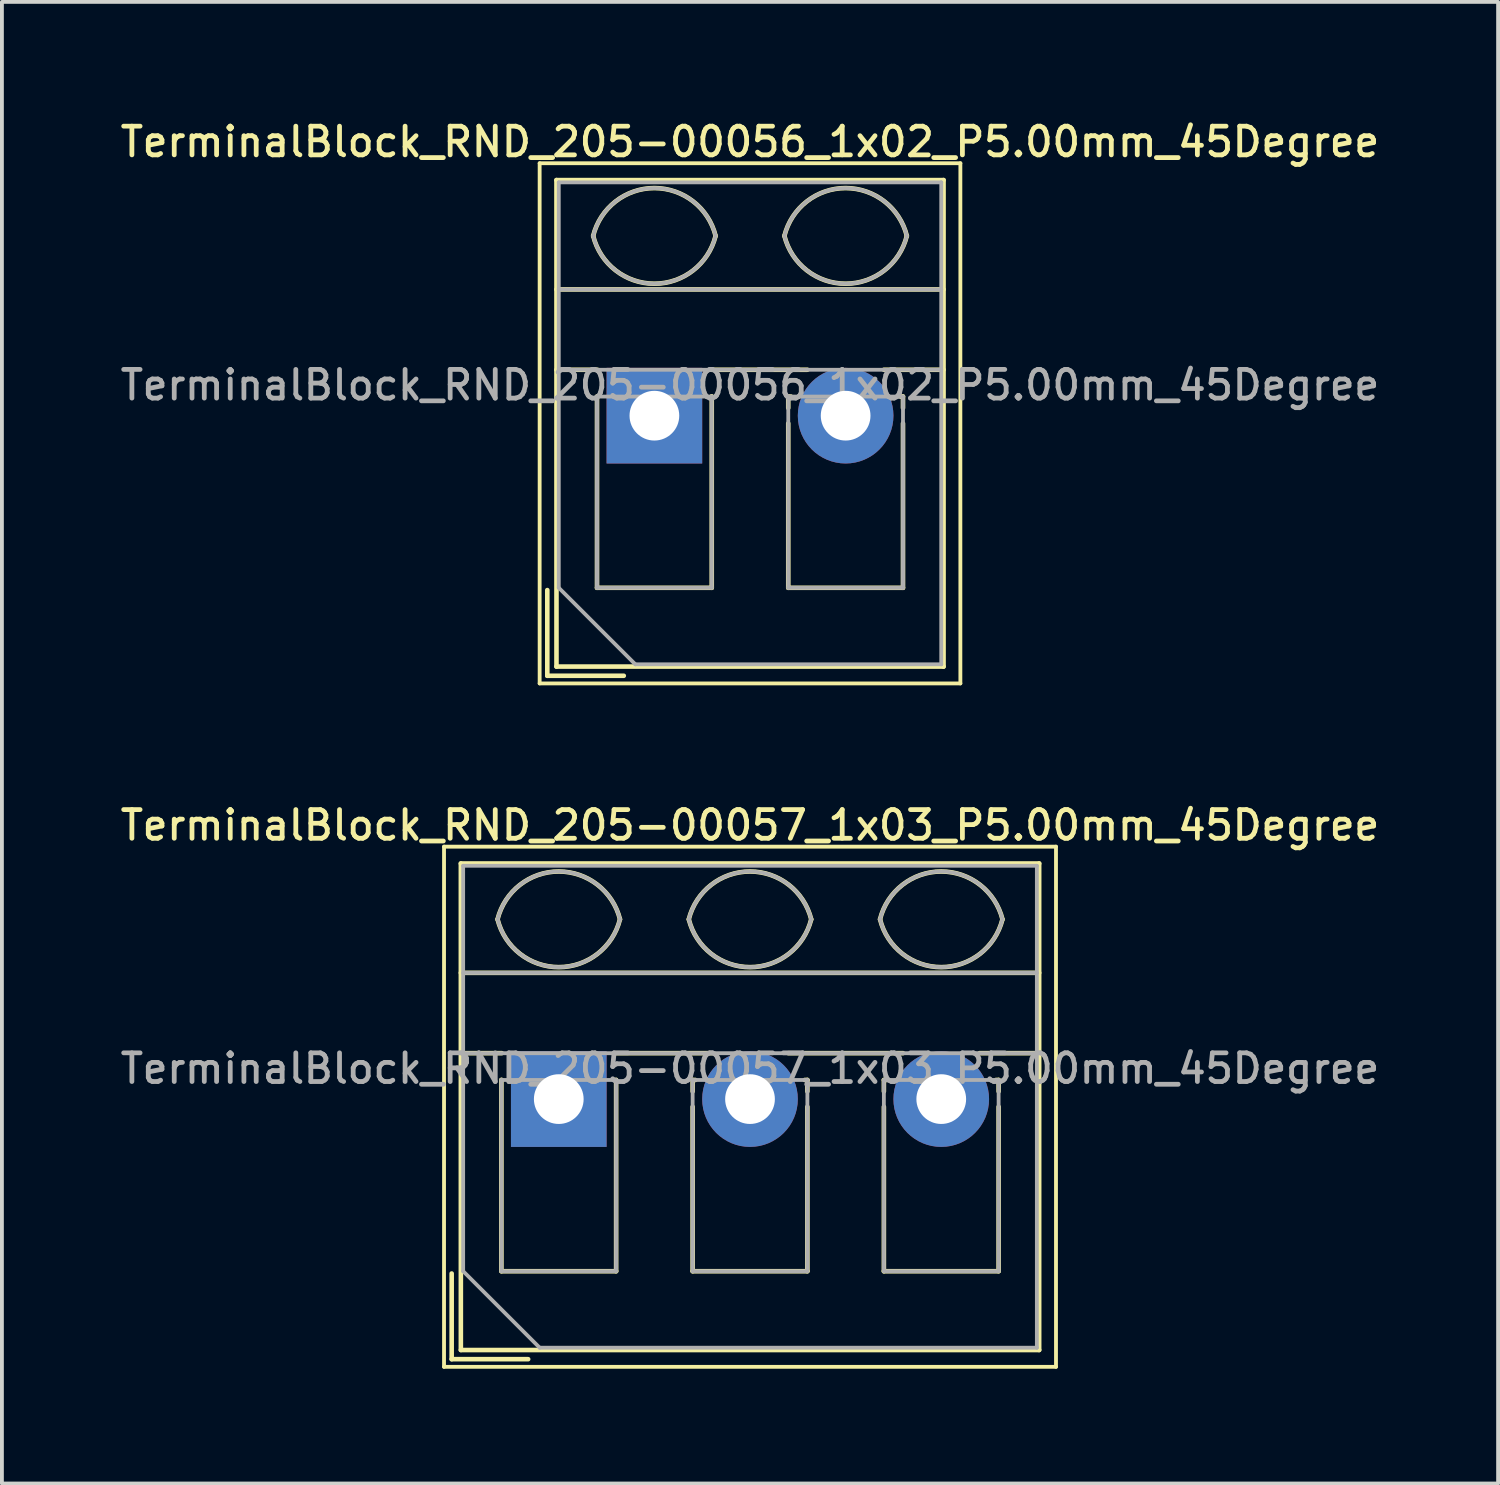
<source format=kicad_pcb>
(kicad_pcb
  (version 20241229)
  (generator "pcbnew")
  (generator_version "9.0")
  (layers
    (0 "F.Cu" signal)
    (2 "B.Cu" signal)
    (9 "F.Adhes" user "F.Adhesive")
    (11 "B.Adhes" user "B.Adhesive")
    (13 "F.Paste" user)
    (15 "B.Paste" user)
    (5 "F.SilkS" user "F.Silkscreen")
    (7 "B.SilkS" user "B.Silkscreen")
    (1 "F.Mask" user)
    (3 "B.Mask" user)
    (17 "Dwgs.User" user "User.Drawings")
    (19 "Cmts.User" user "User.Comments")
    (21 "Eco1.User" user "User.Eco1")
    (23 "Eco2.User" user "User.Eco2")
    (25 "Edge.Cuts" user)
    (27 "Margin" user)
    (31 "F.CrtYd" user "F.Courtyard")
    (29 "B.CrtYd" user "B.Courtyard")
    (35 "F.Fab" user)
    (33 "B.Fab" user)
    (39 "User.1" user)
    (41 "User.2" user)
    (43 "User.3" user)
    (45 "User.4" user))
  (footprint "TerminalBlock_RND_205-00056_1x02_P5.00mm_45Degree"
    (layer "F.Cu")
    (at 14.059 7.818)
    (property "Reference" "TerminalBlock_RND_205-00056_1x02_P5.00mm_45Degree" (at 2.5 -7.16 0) (layer "F.SilkS") (effects (font (size 0.75 0.75) (thickness 0.125))))
    (attr through_hole)
    (fp_line (start -3 -6.6) (end -3 7) (stroke (width 0.1) (type solid)) (layer "F.SilkS"))
    (fp_line (start -3 7) (end 8 7) (stroke (width 0.1) (type solid)) (layer "F.SilkS"))
    (fp_line (start -2.8 4.56) (end -2.8 6.8) (stroke (width 0.12) (type solid)) (layer "F.SilkS"))
    (fp_line (start -2.8 6.8) (end -0.8 6.8) (stroke (width 0.12) (type solid)) (layer "F.SilkS"))
    (fp_line (start -2.56 -6.16) (end -2.56 6.56) (stroke (width 0.12) (type solid)) (layer "F.SilkS"))
    (fp_line (start -2.56 -6.16) (end 7.56 -6.16) (stroke (width 0.12) (type solid)) (layer "F.SilkS"))
    (fp_line (start -2.56 -3.301) (end 7.56 -3.301) (stroke (width 0.12) (type solid)) (layer "F.SilkS"))
    (fp_line (start -2.56 -1.201) (end -1.49 -1.201) (stroke (width 0.12) (type solid)) (layer "F.SilkS"))
    (fp_line (start -2.56 6.56) (end 7.56 6.56) (stroke (width 0.12) (type solid)) (layer "F.SilkS"))
    (fp_line (start -1.5 -0.5) (end -1.5 4.5) (stroke (width 0.12) (type solid)) (layer "F.SilkS"))
    (fp_line (start -1.5 -0.5) (end -1.49 -0.5) (stroke (width 0.12) (type solid)) (layer "F.SilkS"))
    (fp_line (start -1.5 4.5) (end 1.5 4.5) (stroke (width 0.12) (type solid)) (layer "F.SilkS"))
    (fp_line (start 1.49 -1.201) (end 4 -1.201) (stroke (width 0.12) (type solid)) (layer "F.SilkS"))
    (fp_line (start 1.49 -0.5) (end 1.5 -0.5) (stroke (width 0.12) (type solid)) (layer "F.SilkS"))
    (fp_line (start 1.5 -0.5) (end 1.5 4.5) (stroke (width 0.12) (type solid)) (layer "F.SilkS"))
    (fp_line (start 3.5 -0.5) (end 3.5 -0.202) (stroke (width 0.12) (type solid)) (layer "F.SilkS"))
    (fp_line (start 3.5 -0.5) (end 3.57 -0.5) (stroke (width 0.12) (type solid)) (layer "F.SilkS"))
    (fp_line (start 3.5 0.202) (end 3.5 4.5) (stroke (width 0.12) (type solid)) (layer "F.SilkS"))
    (fp_line (start 3.5 4.5) (end 6.5 4.5) (stroke (width 0.12) (type solid)) (layer "F.SilkS"))
    (fp_line (start 6.001 -1.201) (end 7.56 -1.201) (stroke (width 0.12) (type solid)) (layer "F.SilkS"))
    (fp_line (start 6.431 -0.5) (end 6.5 -0.5) (stroke (width 0.12) (type solid)) (layer "F.SilkS"))
    (fp_line (start 6.5 -0.5) (end 6.5 -0.202) (stroke (width 0.12) (type solid)) (layer "F.SilkS"))
    (fp_line (start 6.5 0.202) (end 6.5 4.5) (stroke (width 0.12) (type solid)) (layer "F.SilkS"))
    (fp_line (start 7.56 -6.16) (end 7.56 6.56) (stroke (width 0.12) (type solid)) (layer "F.SilkS"))
    (fp_line (start 8 -6.6) (end -3 -6.6) (stroke (width 0.1) (type solid)) (layer "F.SilkS"))
    (fp_line (start 8 7) (end 8 -6.6) (stroke (width 0.1) (type solid)) (layer "F.SilkS"))
    (fp_arc (start -1.600914 -4.700344) (mid 0.000177 -5.95097) (end 1.601 -4.7) (stroke (width 0.12) (type solid)) (layer "F.SilkS"))
    (fp_arc (start 1.6 -4.7) (mid -0.000064 -3.45) (end -1.600031 -4.700125) (stroke (width 0.12) (type solid)) (layer "F.SilkS"))
    (fp_arc (start 3.399086 -4.700344) (mid 5.000177 -5.95097) (end 6.601 -4.7) (stroke (width 0.12) (type solid)) (layer "F.SilkS"))
    (fp_arc (start 6.6 -4.7) (mid 4.999936 -3.45) (end 3.399969 -4.700125) (stroke (width 0.12) (type solid)) (layer "F.SilkS"))
    (fp_line (start -2.5 -6.1) (end 7.5 -6.1) (stroke (width 0.1) (type solid)) (layer "F.Fab"))
    (fp_line (start -2.5 -3.3) (end 7.5 -3.3) (stroke (width 0.1) (type solid)) (layer "F.Fab"))
    (fp_line (start -2.5 -1.2) (end 7.5 -1.2) (stroke (width 0.1) (type solid)) (layer "F.Fab"))
    (fp_line (start -2.5 4.5) (end -2.5 -6.1) (stroke (width 0.1) (type solid)) (layer "F.Fab"))
    (fp_line (start -1.5 -0.5) (end -1.5 4.5) (stroke (width 0.1) (type solid)) (layer "F.Fab"))
    (fp_line (start -1.5 4.5) (end 1.5 4.5) (stroke (width 0.1) (type solid)) (layer "F.Fab"))
    (fp_line (start -0.5 6.5) (end -2.5 4.5) (stroke (width 0.1) (type solid)) (layer "F.Fab"))
    (fp_line (start 1.5 -0.5) (end -1.5 -0.5) (stroke (width 0.1) (type solid)) (layer "F.Fab"))
    (fp_line (start 1.5 4.5) (end 1.5 -0.5) (stroke (width 0.1) (type solid)) (layer "F.Fab"))
    (fp_line (start 3.5 -0.5) (end 3.5 4.5) (stroke (width 0.1) (type solid)) (layer "F.Fab"))
    (fp_line (start 3.5 4.5) (end 6.5 4.5) (stroke (width 0.1) (type solid)) (layer "F.Fab"))
    (fp_line (start 6.5 -0.5) (end 3.5 -0.5) (stroke (width 0.1) (type solid)) (layer "F.Fab"))
    (fp_line (start 6.5 4.5) (end 6.5 -0.5) (stroke (width 0.1) (type solid)) (layer "F.Fab"))
    (fp_line (start 7.5 -6.1) (end 7.5 6.5) (stroke (width 0.1) (type solid)) (layer "F.Fab"))
    (fp_line (start 7.5 6.5) (end -0.5 6.5) (stroke (width 0.1) (type solid)) (layer "F.Fab"))
    (fp_arc (start -1.600914 -4.700344) (mid 0.000177 -5.95097) (end 1.601 -4.7) (stroke (width 0.1) (type solid)) (layer "F.Fab"))
    (fp_arc (start 1.6 -4.7) (mid -0.000064 -3.45) (end -1.600031 -4.700125) (stroke (width 0.1) (type solid)) (layer "F.Fab"))
    (fp_arc (start 3.399086 -4.700344) (mid 5.000177 -5.95097) (end 6.601 -4.7) (stroke (width 0.1) (type solid)) (layer "F.Fab"))
    (fp_arc (start 6.6 -4.7) (mid 4.999936 -3.45) (end 3.399969 -4.700125) (stroke (width 0.1) (type solid)) (layer "F.Fab"))
    (fp_text user "${REFERENCE}" (at 2.5 -0.8 0) (layer "F.Fab") (effects (font (size 0.75 0.75) (thickness 0.125))))
    (pad "1" thru_hole rect (at 0 0) (size 2.5 2.5) (drill 1.3) (layers "*.Cu" "*.Mask"))
    (pad "2" thru_hole circle (at 5 0) (size 2.5 2.5) (drill 1.3) (layers "*.Cu" "*.Mask")))
  (footprint "TerminalBlock_RND_205-00057_1x03_P5.00mm_45Degree"
    (layer "F.Cu")
    (at 11.559 25.686)
    (property "Reference" "TerminalBlock_RND_205-00057_1x03_P5.00mm_45Degree" (at 5 -7.16 0) (layer "F.SilkS") (effects (font (size 0.75 0.75) (thickness 0.125))))
    (attr through_hole)
    (fp_line (start -3 -6.6) (end -3 7) (stroke (width 0.1) (type solid)) (layer "F.SilkS"))
    (fp_line (start -3 7) (end 13 7) (stroke (width 0.1) (type solid)) (layer "F.SilkS"))
    (fp_line (start -2.8 4.56) (end -2.8 6.8) (stroke (width 0.12) (type solid)) (layer "F.SilkS"))
    (fp_line (start -2.8 6.8) (end -0.8 6.8) (stroke (width 0.12) (type solid)) (layer "F.SilkS"))
    (fp_line (start -2.56 -6.16) (end -2.56 6.56) (stroke (width 0.12) (type solid)) (layer "F.SilkS"))
    (fp_line (start -2.56 -6.16) (end 12.56 -6.16) (stroke (width 0.12) (type solid)) (layer "F.SilkS"))
    (fp_line (start -2.56 -3.301) (end 12.56 -3.301) (stroke (width 0.12) (type solid)) (layer "F.SilkS"))
    (fp_line (start -2.56 -1.201) (end -1.49 -1.201) (stroke (width 0.12) (type solid)) (layer "F.SilkS"))
    (fp_line (start -2.56 6.56) (end 12.56 6.56) (stroke (width 0.12) (type solid)) (layer "F.SilkS"))
    (fp_line (start -1.5 -0.5) (end -1.5 4.5) (stroke (width 0.12) (type solid)) (layer "F.SilkS"))
    (fp_line (start -1.5 -0.5) (end -1.49 -0.5) (stroke (width 0.12) (type solid)) (layer "F.SilkS"))
    (fp_line (start -1.5 4.5) (end 1.5 4.5) (stroke (width 0.12) (type solid)) (layer "F.SilkS"))
    (fp_line (start 1.49 -1.201) (end 4 -1.201) (stroke (width 0.12) (type solid)) (layer "F.SilkS"))
    (fp_line (start 1.49 -0.5) (end 1.5 -0.5) (stroke (width 0.12) (type solid)) (layer "F.SilkS"))
    (fp_line (start 1.5 -0.5) (end 1.5 4.5) (stroke (width 0.12) (type solid)) (layer "F.SilkS"))
    (fp_line (start 3.5 -0.5) (end 3.5 -0.202) (stroke (width 0.12) (type solid)) (layer "F.SilkS"))
    (fp_line (start 3.5 -0.5) (end 3.57 -0.5) (stroke (width 0.12) (type solid)) (layer "F.SilkS"))
    (fp_line (start 3.5 0.202) (end 3.5 4.5) (stroke (width 0.12) (type solid)) (layer "F.SilkS"))
    (fp_line (start 3.5 4.5) (end 6.5 4.5) (stroke (width 0.12) (type solid)) (layer "F.SilkS"))
    (fp_line (start 6.001 -1.201) (end 9 -1.201) (stroke (width 0.12) (type solid)) (layer "F.SilkS"))
    (fp_line (start 6.431 -0.5) (end 6.5 -0.5) (stroke (width 0.12) (type solid)) (layer "F.SilkS"))
    (fp_line (start 6.5 -0.5) (end 6.5 -0.202) (stroke (width 0.12) (type solid)) (layer "F.SilkS"))
    (fp_line (start 6.5 0.202) (end 6.5 4.5) (stroke (width 0.12) (type solid)) (layer "F.SilkS"))
    (fp_line (start 8.5 -0.5) (end 8.5 -0.202) (stroke (width 0.12) (type solid)) (layer "F.SilkS"))
    (fp_line (start 8.5 -0.5) (end 8.57 -0.5) (stroke (width 0.12) (type solid)) (layer "F.SilkS"))
    (fp_line (start 8.5 0.202) (end 8.5 4.5) (stroke (width 0.12) (type solid)) (layer "F.SilkS"))
    (fp_line (start 8.5 4.5) (end 11.5 4.5) (stroke (width 0.12) (type solid)) (layer "F.SilkS"))
    (fp_line (start 11.001 -1.201) (end 12.56 -1.201) (stroke (width 0.12) (type solid)) (layer "F.SilkS"))
    (fp_line (start 11.431 -0.5) (end 11.5 -0.5) (stroke (width 0.12) (type solid)) (layer "F.SilkS"))
    (fp_line (start 11.5 -0.5) (end 11.5 -0.202) (stroke (width 0.12) (type solid)) (layer "F.SilkS"))
    (fp_line (start 11.5 0.202) (end 11.5 4.5) (stroke (width 0.12) (type solid)) (layer "F.SilkS"))
    (fp_line (start 12.56 -6.16) (end 12.56 6.56) (stroke (width 0.12) (type solid)) (layer "F.SilkS"))
    (fp_line (start 13 -6.6) (end -3 -6.6) (stroke (width 0.1) (type solid)) (layer "F.SilkS"))
    (fp_line (start 13 7) (end 13 -6.6) (stroke (width 0.1) (type solid)) (layer "F.SilkS"))
    (fp_arc (start -1.600914 -4.700344) (mid 0.000177 -5.95097) (end 1.601 -4.7) (stroke (width 0.12) (type solid)) (layer "F.SilkS"))
    (fp_arc (start 1.6 -4.7) (mid -0.000064 -3.45) (end -1.600031 -4.700125) (stroke (width 0.12) (type solid)) (layer "F.SilkS"))
    (fp_arc (start 3.399086 -4.700344) (mid 5.000177 -5.95097) (end 6.601 -4.7) (stroke (width 0.12) (type solid)) (layer "F.SilkS"))
    (fp_arc (start 6.6 -4.7) (mid 4.999936 -3.45) (end 3.399969 -4.700125) (stroke (width 0.12) (type solid)) (layer "F.SilkS"))
    (fp_arc (start 8.399086 -4.700344) (mid 10.000177 -5.95097) (end 11.601 -4.7) (stroke (width 0.12) (type solid)) (layer "F.SilkS"))
    (fp_arc (start 11.6 -4.7) (mid 9.999936 -3.45) (end 8.399969 -4.700125) (stroke (width 0.12) (type solid)) (layer "F.SilkS"))
    (fp_line (start -2.5 -6.1) (end 12.5 -6.1) (stroke (width 0.1) (type solid)) (layer "F.Fab"))
    (fp_line (start -2.5 -3.3) (end 12.5 -3.3) (stroke (width 0.1) (type solid)) (layer "F.Fab"))
    (fp_line (start -2.5 -1.2) (end 12.5 -1.2) (stroke (width 0.1) (type solid)) (layer "F.Fab"))
    (fp_line (start -2.5 4.5) (end -2.5 -6.1) (stroke (width 0.1) (type solid)) (layer "F.Fab"))
    (fp_line (start -1.5 -0.5) (end -1.5 4.5) (stroke (width 0.1) (type solid)) (layer "F.Fab"))
    (fp_line (start -1.5 4.5) (end 1.5 4.5) (stroke (width 0.1) (type solid)) (layer "F.Fab"))
    (fp_line (start -0.5 6.5) (end -2.5 4.5) (stroke (width 0.1) (type solid)) (layer "F.Fab"))
    (fp_line (start 1.5 -0.5) (end -1.5 -0.5) (stroke (width 0.1) (type solid)) (layer "F.Fab"))
    (fp_line (start 1.5 4.5) (end 1.5 -0.5) (stroke (width 0.1) (type solid)) (layer "F.Fab"))
    (fp_line (start 3.5 -0.5) (end 3.5 4.5) (stroke (width 0.1) (type solid)) (layer "F.Fab"))
    (fp_line (start 3.5 4.5) (end 6.5 4.5) (stroke (width 0.1) (type solid)) (layer "F.Fab"))
    (fp_line (start 6.5 -0.5) (end 3.5 -0.5) (stroke (width 0.1) (type solid)) (layer "F.Fab"))
    (fp_line (start 6.5 4.5) (end 6.5 -0.5) (stroke (width 0.1) (type solid)) (layer "F.Fab"))
    (fp_line (start 8.5 -0.5) (end 8.5 4.5) (stroke (width 0.1) (type solid)) (layer "F.Fab"))
    (fp_line (start 8.5 4.5) (end 11.5 4.5) (stroke (width 0.1) (type solid)) (layer "F.Fab"))
    (fp_line (start 11.5 -0.5) (end 8.5 -0.5) (stroke (width 0.1) (type solid)) (layer "F.Fab"))
    (fp_line (start 11.5 4.5) (end 11.5 -0.5) (stroke (width 0.1) (type solid)) (layer "F.Fab"))
    (fp_line (start 12.5 -6.1) (end 12.5 6.5) (stroke (width 0.1) (type solid)) (layer "F.Fab"))
    (fp_line (start 12.5 6.5) (end -0.5 6.5) (stroke (width 0.1) (type solid)) (layer "F.Fab"))
    (fp_arc (start -1.600914 -4.700344) (mid 0.000177 -5.95097) (end 1.601 -4.7) (stroke (width 0.1) (type solid)) (layer "F.Fab"))
    (fp_arc (start 1.6 -4.7) (mid -0.000064 -3.45) (end -1.600031 -4.700125) (stroke (width 0.1) (type solid)) (layer "F.Fab"))
    (fp_arc (start 3.399086 -4.700344) (mid 5.000177 -5.95097) (end 6.601 -4.7) (stroke (width 0.1) (type solid)) (layer "F.Fab"))
    (fp_arc (start 6.6 -4.7) (mid 4.999936 -3.45) (end 3.399969 -4.700125) (stroke (width 0.1) (type solid)) (layer "F.Fab"))
    (fp_arc (start 8.399086 -4.700344) (mid 10.000177 -5.95097) (end 11.601 -4.7) (stroke (width 0.1) (type solid)) (layer "F.Fab"))
    (fp_arc (start 11.6 -4.7) (mid 9.999936 -3.45) (end 8.399969 -4.700125) (stroke (width 0.1) (type solid)) (layer "F.Fab"))
    (fp_text user "${REFERENCE}" (at 5 -0.8 0) (layer "F.Fab") (effects (font (size 0.75 0.75) (thickness 0.125))))
    (pad "1" thru_hole rect (at 0 0) (size 2.5 2.5) (drill 1.3) (layers "*.Cu" "*.Mask"))
    (pad "2" thru_hole circle (at 5 0) (size 2.5 2.5) (drill 1.3) (layers "*.Cu" "*.Mask"))
    (pad "3" thru_hole circle (at 10 0) (size 2.5 2.5) (drill 1.3) (layers "*.Cu" "*.Mask")))
  (gr_rect
    (start -3 -3)
    (end 36.118 35.736)
    (stroke (width 0.1) (type default))
    (fill no)
    (layer "Edge.Cuts")))
</source>
